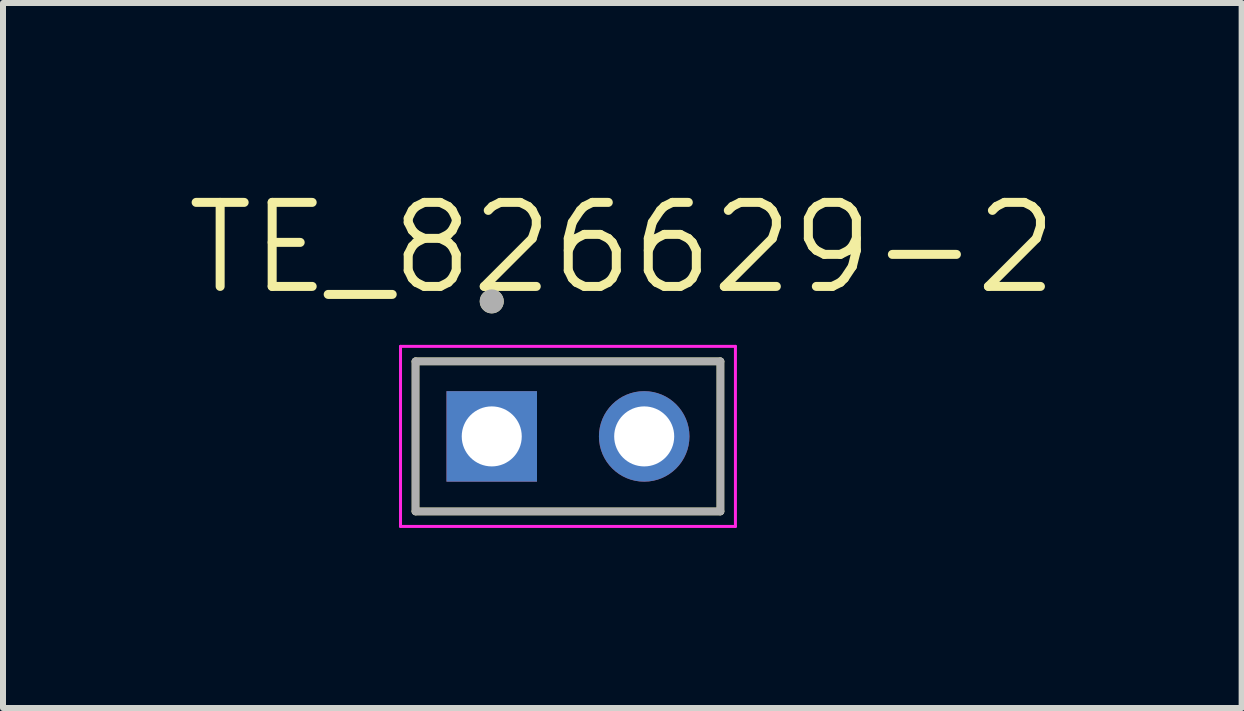
<source format=kicad_pcb>
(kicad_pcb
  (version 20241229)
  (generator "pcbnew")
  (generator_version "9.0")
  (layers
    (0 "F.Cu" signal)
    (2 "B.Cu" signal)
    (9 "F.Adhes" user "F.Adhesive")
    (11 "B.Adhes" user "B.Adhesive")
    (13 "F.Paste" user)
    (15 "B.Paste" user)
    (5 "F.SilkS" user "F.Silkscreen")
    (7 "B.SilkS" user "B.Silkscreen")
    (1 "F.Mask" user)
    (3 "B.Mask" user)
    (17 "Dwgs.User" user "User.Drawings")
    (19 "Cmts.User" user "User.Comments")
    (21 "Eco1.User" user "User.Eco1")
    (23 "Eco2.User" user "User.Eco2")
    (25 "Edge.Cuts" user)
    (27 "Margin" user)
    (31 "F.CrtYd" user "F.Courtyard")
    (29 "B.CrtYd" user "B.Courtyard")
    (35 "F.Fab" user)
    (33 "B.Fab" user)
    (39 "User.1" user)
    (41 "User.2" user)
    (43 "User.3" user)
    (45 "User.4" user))
  (footprint "TE_826629-2"
    (layer "F.Cu")
    (at 6.413 4.221)
    (property "Reference" "TE_826629-2" (at 0.905 -3.139 0) (layer "F.SilkS") (effects (font (size 1.4 1.4) (thickness 0.15))))
    (attr through_hole)
    (fp_line (start -2.54 -1.25) (end 2.54 -1.25) (stroke (width 0.127) (type solid)) (layer "F.SilkS"))
    (fp_line (start -2.54 1.25) (end -2.54 -1.25) (stroke (width 0.127) (type solid)) (layer "F.SilkS"))
    (fp_line (start 2.54 -1.25) (end 2.54 1.25) (stroke (width 0.127) (type solid)) (layer "F.SilkS"))
    (fp_line (start 2.54 1.25) (end -2.54 1.25) (stroke (width 0.127) (type solid)) (layer "F.SilkS"))
    (fp_circle (center -1.27 -2.25) (end -1.17 -2.25) (stroke (width 0.2) (type solid)) (fill no) (layer "F.SilkS"))
    (fp_line (start -2.79 -1.5) (end 2.79 -1.5) (stroke (width 0.05) (type solid)) (layer "F.CrtYd"))
    (fp_line (start -2.79 1.5) (end -2.79 -1.5) (stroke (width 0.05) (type solid)) (layer "F.CrtYd"))
    (fp_line (start 2.79 -1.5) (end 2.79 1.5) (stroke (width 0.05) (type solid)) (layer "F.CrtYd"))
    (fp_line (start 2.79 1.5) (end -2.79 1.5) (stroke (width 0.05) (type solid)) (layer "F.CrtYd"))
    (fp_line (start -2.54 -1.25) (end 2.54 -1.25) (stroke (width 0.127) (type solid)) (layer "F.Fab"))
    (fp_line (start -2.54 1.25) (end -2.54 -1.25) (stroke (width 0.127) (type solid)) (layer "F.Fab"))
    (fp_line (start 2.54 -1.25) (end 2.54 1.25) (stroke (width 0.127) (type solid)) (layer "F.Fab"))
    (fp_line (start 2.54 1.25) (end -2.54 1.25) (stroke (width 0.127) (type solid)) (layer "F.Fab"))
    (fp_circle (center -1.27 -2.25) (end -1.17 -2.25) (stroke (width 0.2) (type solid)) (fill no) (layer "F.Fab"))
    (pad "1" thru_hole rect (at -1.27 0) (size 1.508 1.508) (drill 1) (layers "*.Cu" "*.Mask"))
    (pad "2" thru_hole circle (at 1.27 0) (size 1.508 1.508) (drill 1) (layers "*.Cu" "*.Mask")))
  (gr_rect
    (start -3 -3)
    (end 17.637 8.746)
    (stroke (width 0.1) (type default))
    (fill no)
    (layer "Edge.Cuts")))
</source>
